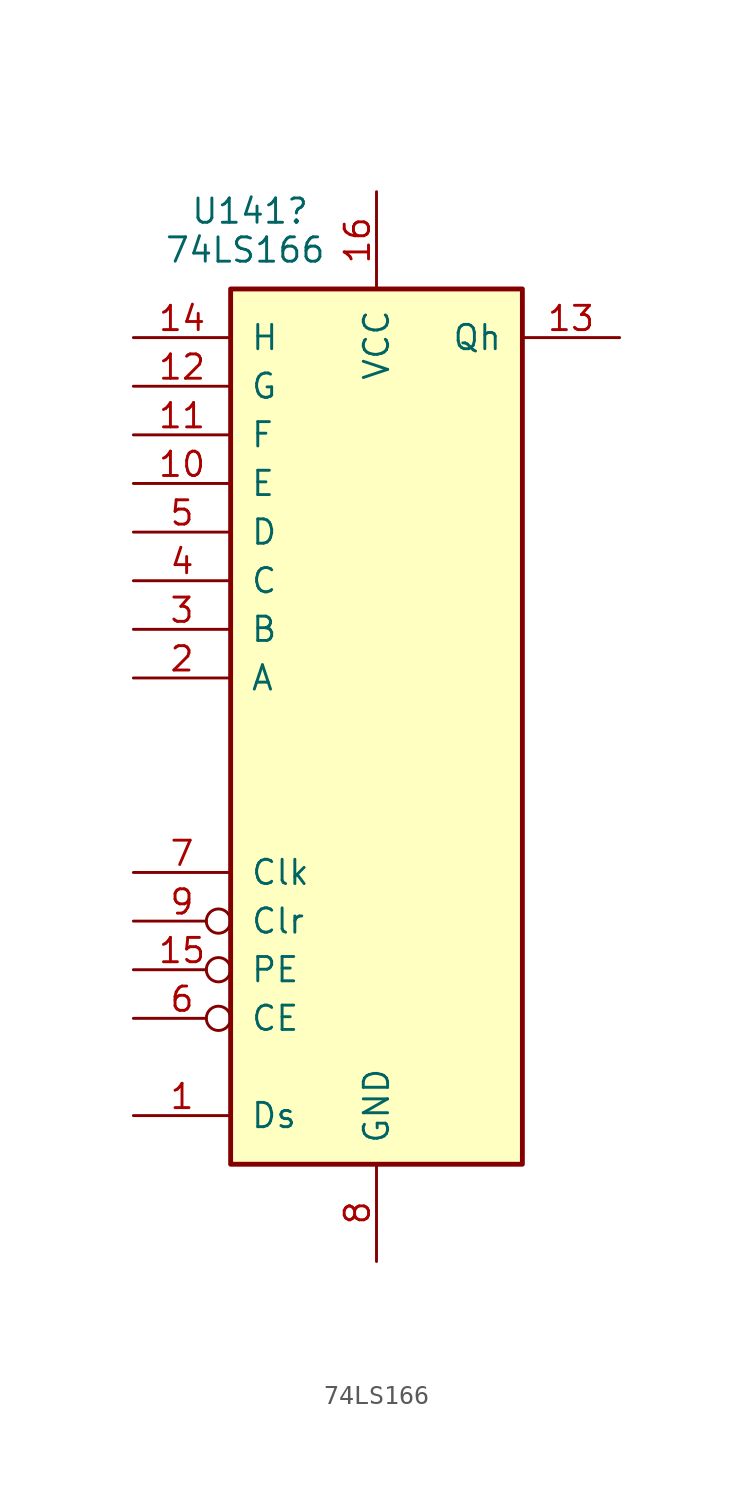
<source format=kicad_sym>
(kicad_symbol_lib
  (version 20241209)
  (generator "kicad_symbol_editor")
  (generator_version "9.0")
  (symbol "74LS166"
    (pin_names
      (offset 1.016))
    (property "Reference" "U141"
      (at -6.604 24.384 0)
      (effects (font (size 1.27 1.27))))
    (property "Value" "74LS166"
      (at -6.858 22.352 0)
      (effects (font (size 1.27 1.27))))
    (property "ki_locked" ""
      (at 0 0 0)
      (effects (font (size 1.27 1.27))))
    (symbol "74LS166_1_0"
      (pin input line (at -12.7 17.78 0) (length 5.08) (name "H" (effects (font (size 1.27 1.27)))) (number "14" (effects (font (size 1.27 1.27)))))
      (pin input line (at -12.7 15.24 0) (length 5.08) (name "G" (effects (font (size 1.27 1.27)))) (number "12" (effects (font (size 1.27 1.27)))))
      (pin input line (at -12.7 12.7 0) (length 5.08) (name "F" (effects (font (size 1.27 1.27)))) (number "11" (effects (font (size 1.27 1.27)))))
      (pin input line (at -12.7 10.16 0) (length 5.08) (name "E" (effects (font (size 1.27 1.27)))) (number "10" (effects (font (size 1.27 1.27)))))
      (pin input line (at -12.7 7.62 0) (length 5.08) (name "D" (effects (font (size 1.27 1.27)))) (number "5" (effects (font (size 1.27 1.27)))))
      (pin input line (at -12.7 5.08 0) (length 5.08) (name "C" (effects (font (size 1.27 1.27)))) (number "4" (effects (font (size 1.27 1.27)))))
      (pin input line (at -12.7 2.54 0) (length 5.08) (name "B" (effects (font (size 1.27 1.27)))) (number "3" (effects (font (size 1.27 1.27)))))
      (pin input line (at -12.7 0 0) (length 5.08) (name "A" (effects (font (size 1.27 1.27)))) (number "2" (effects (font (size 1.27 1.27)))))
      (pin input line (at -12.7 -10.16 0) (length 5.08) (name "Clk" (effects (font (size 1.27 1.27)))) (number "7" (effects (font (size 1.27 1.27)))))
      (pin input inverted (at -12.7 -12.7 0) (length 5.08) (name "Clr" (effects (font (size 1.27 1.27)))) (number "9" (effects (font (size 1.27 1.27)))))
      (pin input inverted (at -12.7 -15.24 0) (length 5.08) (name "PE" (effects (font (size 1.27 1.27)))) (number "15" (effects (font (size 1.27 1.27)))))
      (pin input inverted (at -12.7 -17.78 0) (length 5.08) (name "CE" (effects (font (size 1.27 1.27)))) (number "6" (effects (font (size 1.27 1.27)))))
      (pin input line (at -12.7 -22.86 0) (length 5.08) (name "Ds" (effects (font (size 1.27 1.27)))) (number "1" (effects (font (size 1.27 1.27)))))
      (pin power_in line (at 0 25.4 270) (length 5.08) (name "VCC" (effects (font (size 1.27 1.27)))) (number "16" (effects (font (size 1.27 1.27)))))
      (pin power_in line (at 0 -30.48 90) (length 5.08) (name "GND" (effects (font (size 1.27 1.27)))) (number "8" (effects (font (size 1.27 1.27)))))
      (pin output line (at 12.7 17.78 180) (length 5.08) (name "Qh" (effects (font (size 1.27 1.27)))) (number "13" (effects (font (size 1.27 1.27))))))
    (symbol "74LS166_1_1"
      (rectangle (start -7.62 20.32) (end 7.62 -25.4) (stroke (width 0.254) (type default)) (fill (type background))))))
</source>
